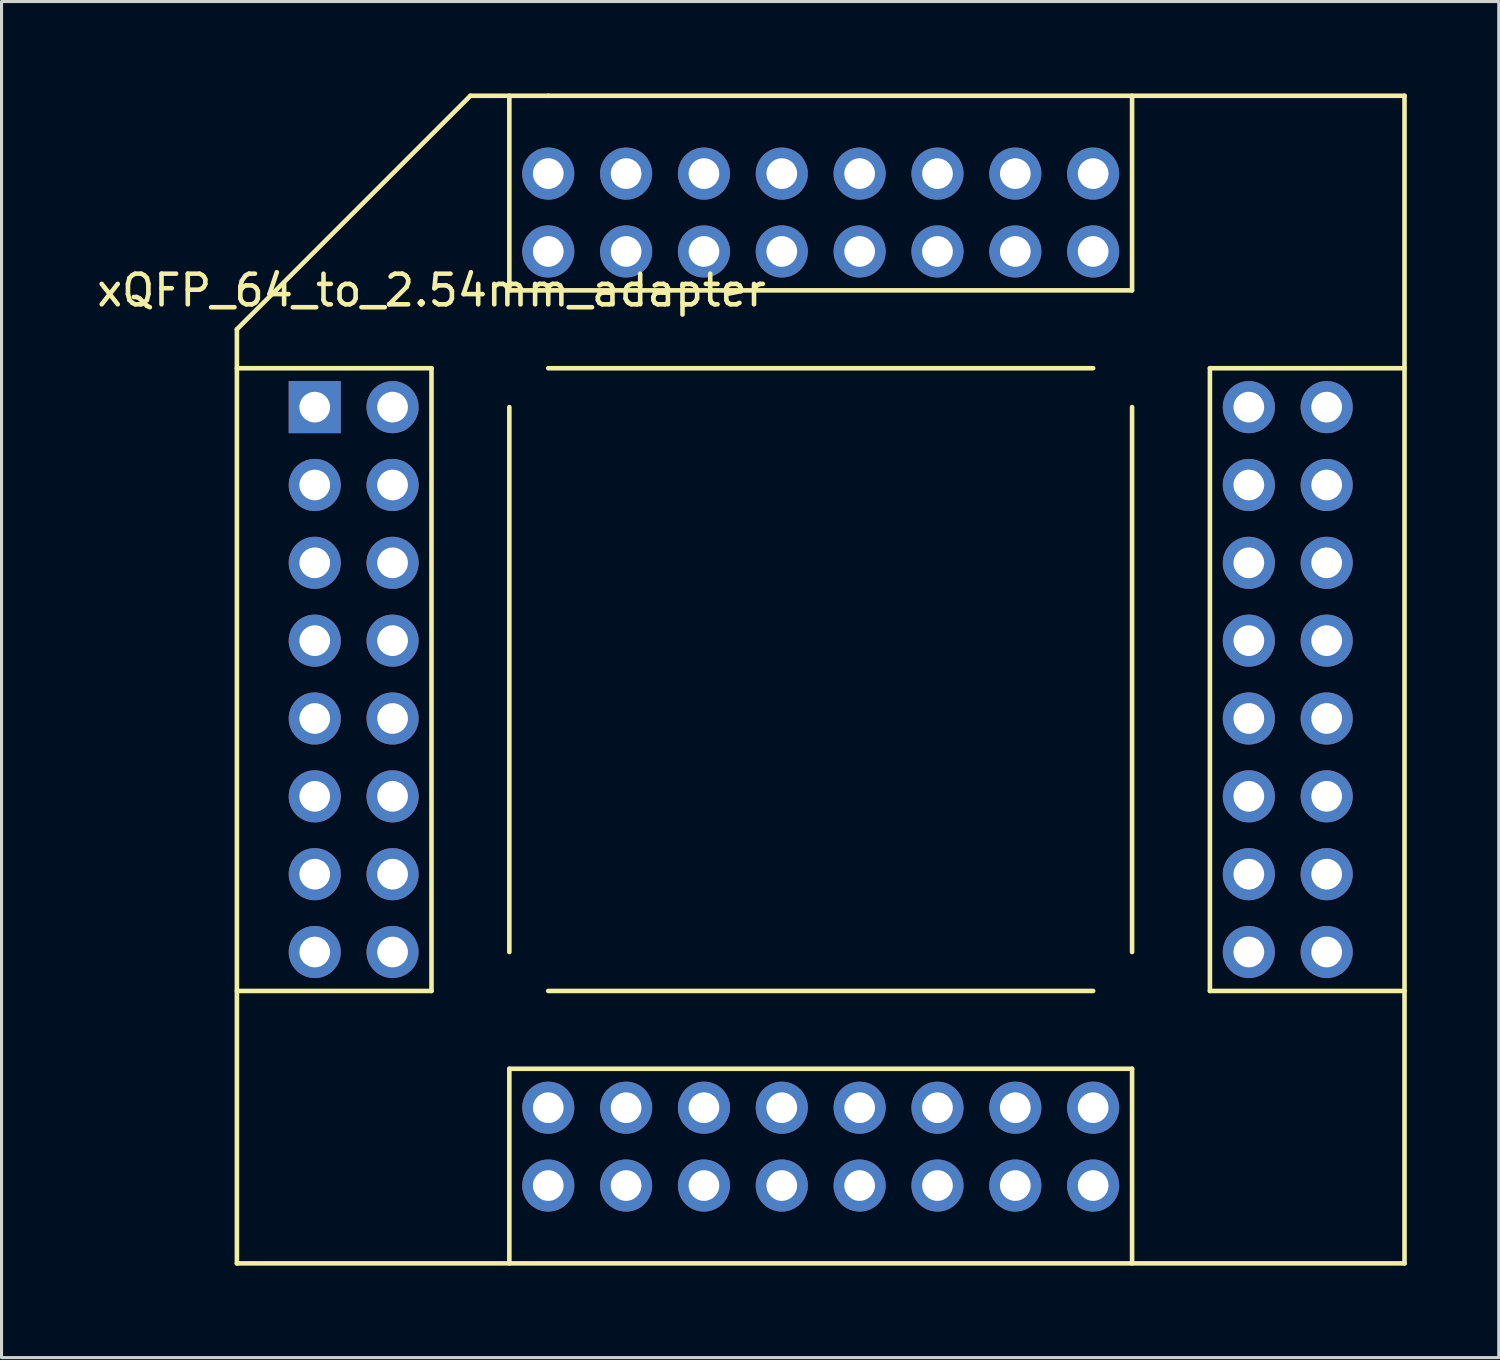
<source format=kicad_pcb>
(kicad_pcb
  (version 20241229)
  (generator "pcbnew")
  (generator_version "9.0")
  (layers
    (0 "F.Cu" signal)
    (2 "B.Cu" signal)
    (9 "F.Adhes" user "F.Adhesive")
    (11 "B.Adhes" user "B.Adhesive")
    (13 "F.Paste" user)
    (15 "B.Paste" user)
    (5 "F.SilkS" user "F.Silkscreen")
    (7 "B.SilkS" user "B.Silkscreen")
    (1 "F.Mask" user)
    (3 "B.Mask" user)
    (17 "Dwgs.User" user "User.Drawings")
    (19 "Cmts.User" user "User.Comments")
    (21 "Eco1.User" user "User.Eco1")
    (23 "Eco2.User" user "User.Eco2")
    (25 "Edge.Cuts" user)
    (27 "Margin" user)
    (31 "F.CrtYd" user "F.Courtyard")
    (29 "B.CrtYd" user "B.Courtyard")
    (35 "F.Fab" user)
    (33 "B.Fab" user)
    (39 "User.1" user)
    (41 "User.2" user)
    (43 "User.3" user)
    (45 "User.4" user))
  (footprint "xQFP_64_to_2.54mm_adapter"
    (layer "F.Cu")
    (at 7.22 10.235)
    (property "Reference" "xQFP_64_to_2.54mm_adapter" (at 3.81 -3.81 0) (layer "F.SilkS") (effects (font (size 1 1) (thickness 0.15))))
    (attr through_hole)
    (fp_line (start -2.54 -2.54) (end -2.54 27.94) (stroke (width 0.15) (type solid)) (layer "F.SilkS"))
    (fp_line (start -2.54 -1.27) (end 3.81 -1.27) (stroke (width 0.15) (type solid)) (layer "F.SilkS"))
    (fp_line (start -2.54 27.94) (end 35.56 27.94) (stroke (width 0.15) (type solid)) (layer "F.SilkS"))
    (fp_line (start 3.81 -1.27) (end 3.81 19.05) (stroke (width 0.15) (type solid)) (layer "F.SilkS"))
    (fp_line (start 3.81 19.05) (end -2.54 19.05) (stroke (width 0.15) (type solid)) (layer "F.SilkS"))
    (fp_line (start 5.08 -10.16) (end -2.54 -2.54) (stroke (width 0.15) (type solid)) (layer "F.SilkS"))
    (fp_line (start 6.35 -3.81) (end 6.35 -10.16) (stroke (width 0.15) (type solid)) (layer "F.SilkS"))
    (fp_line (start 6.35 0) (end 6.35 17.78) (stroke (width 0.15) (type solid)) (layer "F.SilkS"))
    (fp_line (start 6.35 21.59) (end 26.67 21.59) (stroke (width 0.15) (type solid)) (layer "F.SilkS"))
    (fp_line (start 6.35 27.94) (end 6.35 21.59) (stroke (width 0.15) (type solid)) (layer "F.SilkS"))
    (fp_line (start 7.62 -10.16) (end 5.08 -10.16) (stroke (width 0.15) (type solid)) (layer "F.SilkS"))
    (fp_line (start 7.62 19.05) (end 25.4 19.05) (stroke (width 0.15) (type solid)) (layer "F.SilkS"))
    (fp_line (start 25.4 -1.27) (end 7.62 -1.27) (stroke (width 0.15) (type solid)) (layer "F.SilkS"))
    (fp_line (start 26.67 -10.16) (end 26.67 -3.81) (stroke (width 0.15) (type solid)) (layer "F.SilkS"))
    (fp_line (start 26.67 -3.81) (end 6.35 -3.81) (stroke (width 0.15) (type solid)) (layer "F.SilkS"))
    (fp_line (start 26.67 17.78) (end 26.67 0) (stroke (width 0.15) (type solid)) (layer "F.SilkS"))
    (fp_line (start 26.67 21.59) (end 26.67 27.94) (stroke (width 0.15) (type solid)) (layer "F.SilkS"))
    (fp_line (start 29.21 -1.27) (end 35.56 -1.27) (stroke (width 0.15) (type solid)) (layer "F.SilkS"))
    (fp_line (start 29.21 19.05) (end 29.21 -1.27) (stroke (width 0.15) (type solid)) (layer "F.SilkS"))
    (fp_line (start 35.56 -10.16) (end 7.62 -10.16) (stroke (width 0.15) (type solid)) (layer "F.SilkS"))
    (fp_line (start 35.56 19.05) (end 29.21 19.05) (stroke (width 0.15) (type solid)) (layer "F.SilkS"))
    (fp_line (start 35.56 27.94) (end 35.56 -10.16) (stroke (width 0.15) (type solid)) (layer "F.SilkS"))
    (pad "1" thru_hole rect (at 0 0) (size 1.7 1.7) (drill 1) (layers "*.Cu" "*.Mask"))
    (pad "2" thru_hole circle (at 2.54 0) (size 1.7 1.7) (drill 1) (layers "*.Cu" "*.Mask"))
    (pad "3" thru_hole circle (at 0 2.54) (size 1.7 1.7) (drill 1) (layers "*.Cu" "*.Mask"))
    (pad "4" thru_hole circle (at 2.54 2.54) (size 1.7 1.7) (drill 1) (layers "*.Cu" "*.Mask"))
    (pad "5" thru_hole circle (at 0 5.08) (size 1.7 1.7) (drill 1) (layers "*.Cu" "*.Mask"))
    (pad "6" thru_hole circle (at 2.54 5.08) (size 1.7 1.7) (drill 1) (layers "*.Cu" "*.Mask"))
    (pad "7" thru_hole circle (at 0 7.62) (size 1.7 1.7) (drill 1) (layers "*.Cu" "*.Mask"))
    (pad "8" thru_hole circle (at 2.54 7.62) (size 1.7 1.7) (drill 1) (layers "*.Cu" "*.Mask"))
    (pad "9" thru_hole circle (at 0 10.16) (size 1.7 1.7) (drill 1) (layers "*.Cu" "*.Mask"))
    (pad "10" thru_hole circle (at 2.54 10.16) (size 1.7 1.7) (drill 1) (layers "*.Cu" "*.Mask"))
    (pad "11" thru_hole circle (at 0 12.7) (size 1.7 1.7) (drill 1) (layers "*.Cu" "*.Mask"))
    (pad "12" thru_hole circle (at 2.54 12.7) (size 1.7 1.7) (drill 1) (layers "*.Cu" "*.Mask"))
    (pad "13" thru_hole circle (at 0 15.24) (size 1.7 1.7) (drill 1) (layers "*.Cu" "*.Mask"))
    (pad "14" thru_hole circle (at 2.54 15.24) (size 1.7 1.7) (drill 1) (layers "*.Cu" "*.Mask"))
    (pad "15" thru_hole circle (at 0 17.78) (size 1.7 1.7) (drill 1) (layers "*.Cu" "*.Mask"))
    (pad "16" thru_hole circle (at 2.54 17.78) (size 1.7 1.7) (drill 1) (layers "*.Cu" "*.Mask"))
    (pad "17" thru_hole circle (at 7.62 25.4) (size 1.7 1.7) (drill 1) (layers "*.Cu" "*.Mask"))
    (pad "18" thru_hole circle (at 7.62 22.86) (size 1.7 1.7) (drill 1) (layers "*.Cu" "*.Mask"))
    (pad "19" thru_hole circle (at 10.16 25.4) (size 1.7 1.7) (drill 1) (layers "*.Cu" "*.Mask"))
    (pad "20" thru_hole circle (at 10.16 22.86) (size 1.7 1.7) (drill 1) (layers "*.Cu" "*.Mask"))
    (pad "21" thru_hole circle (at 12.7 25.4) (size 1.7 1.7) (drill 1) (layers "*.Cu" "*.Mask"))
    (pad "22" thru_hole circle (at 12.7 22.86) (size 1.7 1.7) (drill 1) (layers "*.Cu" "*.Mask"))
    (pad "23" thru_hole circle (at 15.24 25.4) (size 1.7 1.7) (drill 1) (layers "*.Cu" "*.Mask"))
    (pad "24" thru_hole circle (at 15.24 22.86) (size 1.7 1.7) (drill 1) (layers "*.Cu" "*.Mask"))
    (pad "25" thru_hole circle (at 17.78 25.4) (size 1.7 1.7) (drill 1) (layers "*.Cu" "*.Mask"))
    (pad "26" thru_hole circle (at 17.78 22.86) (size 1.7 1.7) (drill 1) (layers "*.Cu" "*.Mask"))
    (pad "27" thru_hole circle (at 20.32 25.4) (size 1.7 1.7) (drill 1) (layers "*.Cu" "*.Mask"))
    (pad "28" thru_hole circle (at 20.32 22.86) (size 1.7 1.7) (drill 1) (layers "*.Cu" "*.Mask"))
    (pad "29" thru_hole circle (at 22.86 25.4) (size 1.7 1.7) (drill 1) (layers "*.Cu" "*.Mask"))
    (pad "30" thru_hole circle (at 22.86 22.86) (size 1.7 1.7) (drill 1) (layers "*.Cu" "*.Mask"))
    (pad "31" thru_hole circle (at 25.4 25.4) (size 1.7 1.7) (drill 1) (layers "*.Cu" "*.Mask"))
    (pad "32" thru_hole circle (at 25.4 22.86) (size 1.7 1.7) (drill 1) (layers "*.Cu" "*.Mask"))
    (pad "33" thru_hole circle (at 33.02 17.78) (size 1.7 1.7) (drill 1) (layers "*.Cu" "*.Mask"))
    (pad "34" thru_hole circle (at 30.48 17.78) (size 1.7 1.7) (drill 1) (layers "*.Cu" "*.Mask"))
    (pad "35" thru_hole circle (at 33.02 15.24) (size 1.7 1.7) (drill 1) (layers "*.Cu" "*.Mask"))
    (pad "36" thru_hole circle (at 30.48 15.24) (size 1.7 1.7) (drill 1) (layers "*.Cu" "*.Mask"))
    (pad "37" thru_hole circle (at 33.02 12.7) (size 1.7 1.7) (drill 1) (layers "*.Cu" "*.Mask"))
    (pad "38" thru_hole circle (at 30.48 12.7) (size 1.7 1.7) (drill 1) (layers "*.Cu" "*.Mask"))
    (pad "39" thru_hole circle (at 33.02 10.16) (size 1.7 1.7) (drill 1) (layers "*.Cu" "*.Mask"))
    (pad "40" thru_hole circle (at 30.48 10.16) (size 1.7 1.7) (drill 1) (layers "*.Cu" "*.Mask"))
    (pad "41" thru_hole circle (at 33.02 7.62) (size 1.7 1.7) (drill 1) (layers "*.Cu" "*.Mask"))
    (pad "42" thru_hole circle (at 30.48 7.62) (size 1.7 1.7) (drill 1) (layers "*.Cu" "*.Mask"))
    (pad "43" thru_hole circle (at 33.02 5.08) (size 1.7 1.7) (drill 1) (layers "*.Cu" "*.Mask"))
    (pad "44" thru_hole circle (at 30.48 5.08) (size 1.7 1.7) (drill 1) (layers "*.Cu" "*.Mask"))
    (pad "45" thru_hole circle (at 33.02 2.54) (size 1.7 1.7) (drill 1) (layers "*.Cu" "*.Mask"))
    (pad "46" thru_hole circle (at 30.48 2.54) (size 1.7 1.7) (drill 1) (layers "*.Cu" "*.Mask"))
    (pad "47" thru_hole circle (at 33.02 0) (size 1.7 1.7) (drill 1) (layers "*.Cu" "*.Mask"))
    (pad "48" thru_hole circle (at 30.48 0) (size 1.7 1.7) (drill 1) (layers "*.Cu" "*.Mask"))
    (pad "49" thru_hole circle (at 25.4 -7.62) (size 1.7 1.7) (drill 1) (layers "*.Cu" "*.Mask"))
    (pad "50" thru_hole circle (at 25.4 -5.08) (size 1.7 1.7) (drill 1) (layers "*.Cu" "*.Mask"))
    (pad "51" thru_hole circle (at 22.86 -7.62) (size 1.7 1.7) (drill 1) (layers "*.Cu" "*.Mask"))
    (pad "52" thru_hole circle (at 22.86 -5.08) (size 1.7 1.7) (drill 1) (layers "*.Cu" "*.Mask"))
    (pad "53" thru_hole circle (at 20.32 -7.62) (size 1.7 1.7) (drill 1) (layers "*.Cu" "*.Mask"))
    (pad "54" thru_hole circle (at 20.32 -5.08) (size 1.7 1.7) (drill 1) (layers "*.Cu" "*.Mask"))
    (pad "55" thru_hole circle (at 17.78 -7.62) (size 1.7 1.7) (drill 1) (layers "*.Cu" "*.Mask"))
    (pad "56" thru_hole circle (at 17.78 -5.08) (size 1.7 1.7) (drill 1) (layers "*.Cu" "*.Mask"))
    (pad "57" thru_hole circle (at 15.24 -7.62) (size 1.7 1.7) (drill 1) (layers "*.Cu" "*.Mask"))
    (pad "58" thru_hole circle (at 15.24 -5.08) (size 1.7 1.7) (drill 1) (layers "*.Cu" "*.Mask"))
    (pad "59" thru_hole circle (at 12.7 -7.62) (size 1.7 1.7) (drill 1) (layers "*.Cu" "*.Mask"))
    (pad "60" thru_hole circle (at 12.7 -5.08) (size 1.7 1.7) (drill 1) (layers "*.Cu" "*.Mask"))
    (pad "61" thru_hole circle (at 10.16 -7.62) (size 1.7 1.7) (drill 1) (layers "*.Cu" "*.Mask"))
    (pad "62" thru_hole circle (at 10.16 -5.08) (size 1.7 1.7) (drill 1) (layers "*.Cu" "*.Mask"))
    (pad "63" thru_hole circle (at 7.62 -7.62) (size 1.7 1.7) (drill 1) (layers "*.Cu" "*.Mask"))
    (pad "64" thru_hole circle (at 7.62 -5.08) (size 1.7 1.7) (drill 1) (layers "*.Cu" "*.Mask")))
  (gr_rect
    (start -3 -3)
    (end 45.855 41.25)
    (stroke (width 0.1) (type default))
    (fill no)
    (layer "Edge.Cuts")))
</source>
